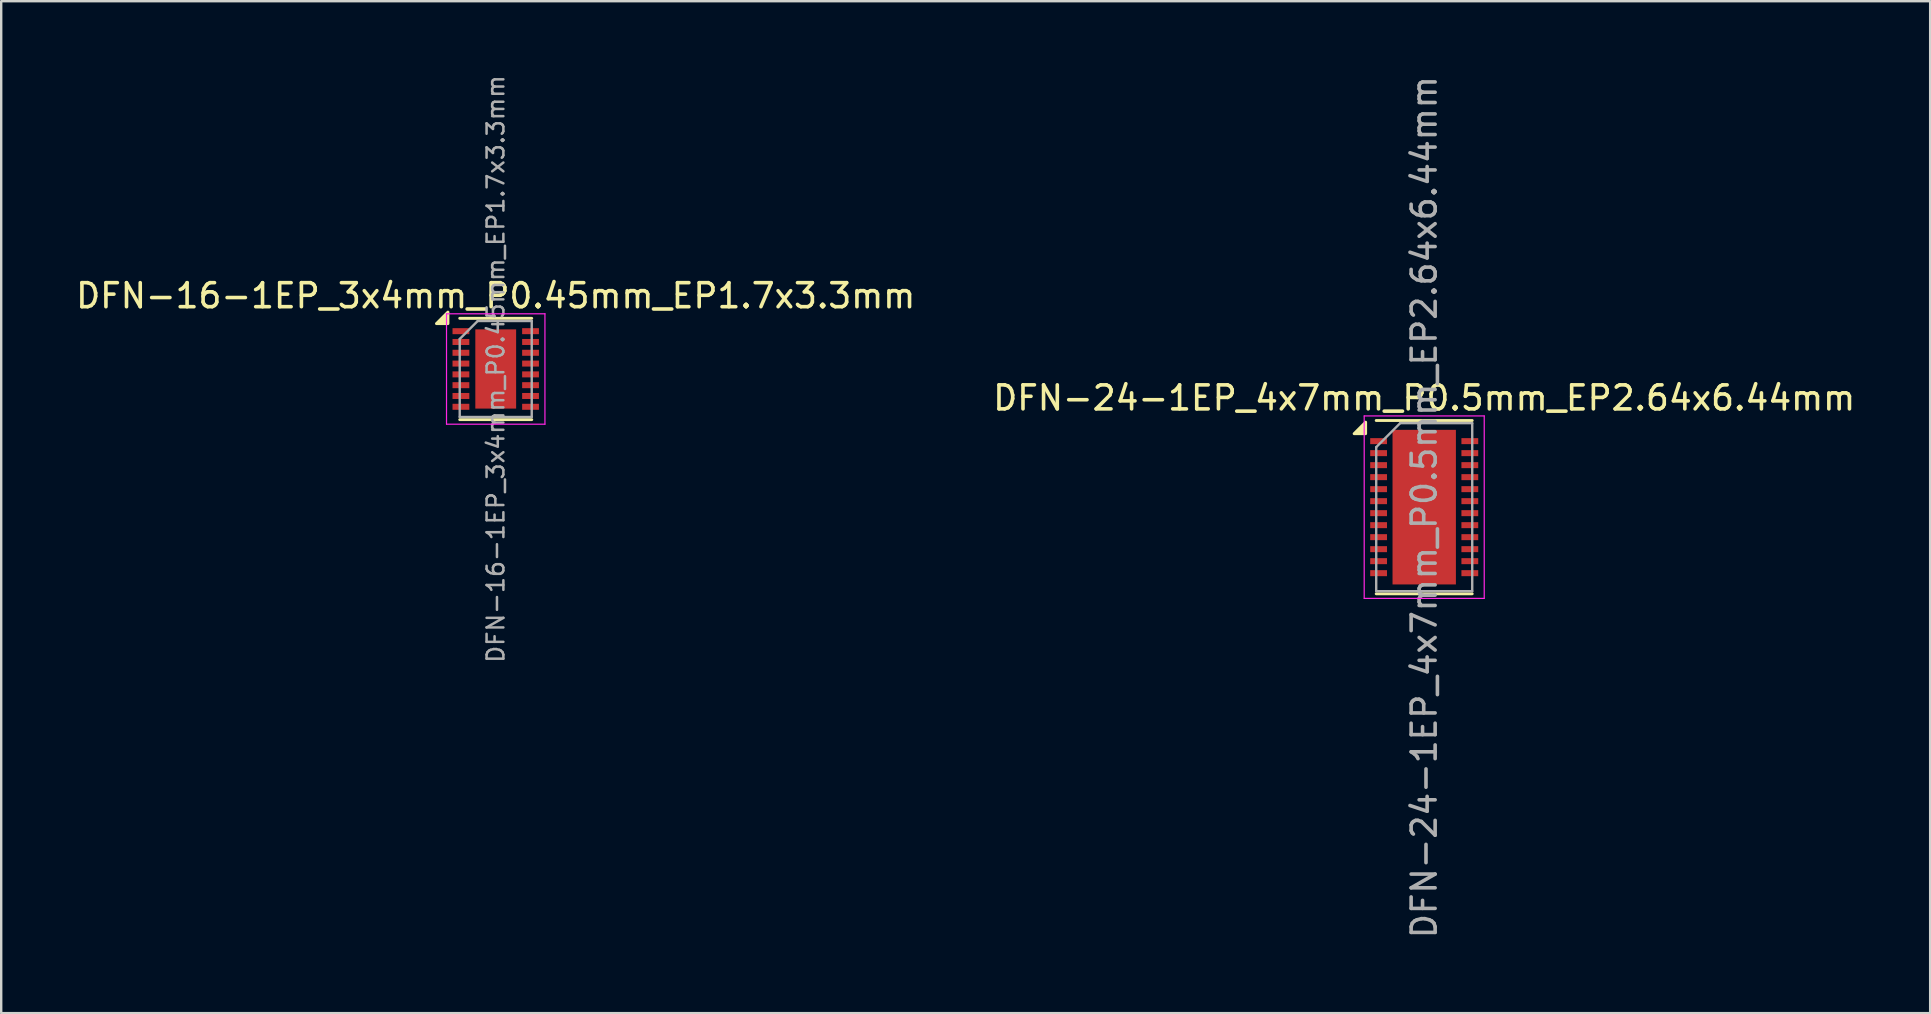
<source format=kicad_pcb>
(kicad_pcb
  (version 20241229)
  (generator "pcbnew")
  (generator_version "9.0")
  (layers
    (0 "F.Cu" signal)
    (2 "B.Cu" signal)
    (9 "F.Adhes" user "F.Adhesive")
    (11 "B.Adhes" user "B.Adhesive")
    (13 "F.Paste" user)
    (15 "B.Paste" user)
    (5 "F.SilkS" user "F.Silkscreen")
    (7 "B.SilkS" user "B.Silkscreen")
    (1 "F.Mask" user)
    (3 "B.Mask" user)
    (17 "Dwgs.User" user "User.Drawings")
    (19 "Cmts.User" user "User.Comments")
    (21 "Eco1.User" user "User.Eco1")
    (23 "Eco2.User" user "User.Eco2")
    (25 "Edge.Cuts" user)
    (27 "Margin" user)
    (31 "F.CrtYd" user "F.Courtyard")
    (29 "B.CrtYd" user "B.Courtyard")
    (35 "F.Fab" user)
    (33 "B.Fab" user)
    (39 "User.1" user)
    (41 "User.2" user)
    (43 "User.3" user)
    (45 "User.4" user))
  (footprint "DFN-16-1EP_3x4mm_P0.45mm_EP1.7x3.3mm"
    (layer "F.Cu")
    (at 17.601 12.321)
    (property "Reference" "DFN-16-1EP_3x4mm_P0.45mm_EP1.7x3.3mm" (at 0 -3.05 0) (layer "F.SilkS") (effects (font (size 1 1) (thickness 0.15))))
    (attr smd)
    (fp_line (start -1.5 -2.11) (end 1.5 -2.11) (stroke (width 0.12) (type solid)) (layer "F.SilkS"))
    (fp_line (start -1.5 2.11) (end 1.5 2.11) (stroke (width 0.12) (type solid)) (layer "F.SilkS"))
    (fp_poly (pts (xy -1.99 -1.89) (xy -2.47 -1.89) (xy -1.99 -2.37) (xy -1.99 -1.89)) (stroke (width 0.12) (type solid)) (fill yes) (layer "F.SilkS"))
    (fp_line (start -2.05 -2.3) (end -2.05 2.3) (stroke (width 0.05) (type solid)) (layer "F.CrtYd"))
    (fp_line (start -2.05 -2.3) (end 2.05 -2.3) (stroke (width 0.05) (type solid)) (layer "F.CrtYd"))
    (fp_line (start -2.05 2.3) (end 2.05 2.3) (stroke (width 0.05) (type solid)) (layer "F.CrtYd"))
    (fp_line (start 2.05 -2.3) (end 2.05 2.3) (stroke (width 0.05) (type solid)) (layer "F.CrtYd"))
    (fp_line (start -1.5 -1.25) (end -0.75 -2) (stroke (width 0.1) (type solid)) (layer "F.Fab"))
    (fp_line (start -1.5 2) (end -1.5 -1.25) (stroke (width 0.1) (type solid)) (layer "F.Fab"))
    (fp_line (start -0.75 -2) (end 1.5 -2) (stroke (width 0.1) (type solid)) (layer "F.Fab"))
    (fp_line (start 1.5 -2) (end 1.5 2) (stroke (width 0.1) (type solid)) (layer "F.Fab"))
    (fp_line (start 1.5 2) (end -1.5 2) (stroke (width 0.1) (type solid)) (layer "F.Fab"))
    (fp_text user "${REFERENCE}" (at 0 0 90) (layer "F.Fab") (effects (font (size 0.7 0.7) (thickness 0.105))))
    (pad "" smd rect (at -0.425 -1.238) (size 0.685 0.67) (layers "F.Paste"))
    (pad "" smd rect (at -0.425 -0.412) (size 0.685 0.67) (layers "F.Paste"))
    (pad "" smd rect (at -0.425 0.412) (size 0.685 0.67) (layers "F.Paste"))
    (pad "" smd rect (at -0.425 1.238) (size 0.685 0.67) (layers "F.Paste"))
    (pad "" smd rect (at 0.425 -1.238) (size 0.685 0.67) (layers "F.Paste"))
    (pad "" smd rect (at 0.425 -0.412) (size 0.685 0.67) (layers "F.Paste"))
    (pad "" smd rect (at 0.425 0.412) (size 0.685 0.67) (layers "F.Paste"))
    (pad "" smd rect (at 0.425 1.238) (size 0.685 0.67) (layers "F.Paste"))
    (pad "1" smd rect (at -1.45 -1.575) (size 0.7 0.25) (layers "F.Cu" "F.Mask" "F.Paste"))
    (pad "2" smd rect (at -1.45 -1.125) (size 0.7 0.25) (layers "F.Cu" "F.Mask" "F.Paste"))
    (pad "3" smd rect (at -1.45 -0.675) (size 0.7 0.25) (layers "F.Cu" "F.Mask" "F.Paste"))
    (pad "4" smd rect (at -1.45 -0.225) (size 0.7 0.25) (layers "F.Cu" "F.Mask" "F.Paste"))
    (pad "5" smd rect (at -1.45 0.225) (size 0.7 0.25) (layers "F.Cu" "F.Mask" "F.Paste"))
    (pad "6" smd rect (at -1.45 0.675) (size 0.7 0.25) (layers "F.Cu" "F.Mask" "F.Paste"))
    (pad "7" smd rect (at -1.45 1.125) (size 0.7 0.25) (layers "F.Cu" "F.Mask" "F.Paste"))
    (pad "8" smd rect (at -1.45 1.575) (size 0.7 0.25) (layers "F.Cu" "F.Mask" "F.Paste"))
    (pad "9" smd rect (at 1.45 1.575) (size 0.7 0.25) (layers "F.Cu" "F.Mask" "F.Paste"))
    (pad "10" smd rect (at 1.45 1.125) (size 0.7 0.25) (layers "F.Cu" "F.Mask" "F.Paste"))
    (pad "11" smd rect (at 1.45 0.675) (size 0.7 0.25) (layers "F.Cu" "F.Mask" "F.Paste"))
    (pad "12" smd rect (at 1.45 0.225) (size 0.7 0.25) (layers "F.Cu" "F.Mask" "F.Paste"))
    (pad "13" smd rect (at 1.45 -0.225) (size 0.7 0.25) (layers "F.Cu" "F.Mask" "F.Paste"))
    (pad "14" smd rect (at 1.45 -0.675) (size 0.7 0.25) (layers "F.Cu" "F.Mask" "F.Paste"))
    (pad "15" smd rect (at 1.45 -1.125) (size 0.7 0.25) (layers "F.Cu" "F.Mask" "F.Paste"))
    (pad "16" smd rect (at 1.45 -1.575) (size 0.7 0.25) (layers "F.Cu" "F.Mask" "F.Paste"))
    (pad "17" smd rect (at 0 0) (size 1.7 3.3) (layers "F.Cu" "F.Mask")))
  (footprint "DFN-24-1EP_4x7mm_P0.5mm_EP2.64x6.44mm"
    (layer "F.Cu")
    (at 56.28 18.077)
    (property "Reference" "DFN-24-1EP_4x7mm_P0.5mm_EP2.64x6.44mm" (at 0 -4.55 0) (layer "F.SilkS") (effects (font (size 1 1) (thickness 0.15))))
    (attr smd)
    (fp_line (start -2 -3.61) (end 2 -3.61) (stroke (width 0.12) (type solid)) (layer "F.SilkS"))
    (fp_line (start -2 3.61) (end 2 3.61) (stroke (width 0.12) (type solid)) (layer "F.SilkS"))
    (fp_poly (pts (xy -2.44 -3.06) (xy -2.92 -3.06) (xy -2.44 -3.54) (xy -2.44 -3.06)) (stroke (width 0.12) (type solid)) (fill yes) (layer "F.SilkS"))
    (fp_line (start -2.5 -3.8) (end -2.5 3.8) (stroke (width 0.05) (type solid)) (layer "F.CrtYd"))
    (fp_line (start -2.5 -3.8) (end 2.5 -3.8) (stroke (width 0.05) (type solid)) (layer "F.CrtYd"))
    (fp_line (start -2.5 3.8) (end 2.5 3.8) (stroke (width 0.05) (type solid)) (layer "F.CrtYd"))
    (fp_line (start 2.5 -3.8) (end 2.5 3.8) (stroke (width 0.05) (type solid)) (layer "F.CrtYd"))
    (fp_line (start -2 -2.5) (end -1 -3.5) (stroke (width 0.1) (type solid)) (layer "F.Fab"))
    (fp_line (start -2 3.5) (end -2 -2.5) (stroke (width 0.1) (type solid)) (layer "F.Fab"))
    (fp_line (start -1 -3.5) (end 2 -3.5) (stroke (width 0.1) (type solid)) (layer "F.Fab"))
    (fp_line (start 2 -3.5) (end 2 3.5) (stroke (width 0.1) (type solid)) (layer "F.Fab"))
    (fp_line (start 2 3.5) (end -2 3.5) (stroke (width 0.1) (type solid)) (layer "F.Fab"))
    (fp_text user "${REFERENCE}" (at 0 0 90) (layer "F.Fab") (effects (font (size 1 1) (thickness 0.15))))
    (pad "" smd rect (at -0.66 -2.56) (size 1.05 1.05) (layers "F.Paste"))
    (pad "" smd rect (at -0.66 -1.28) (size 1.05 1.05) (layers "F.Paste"))
    (pad "" smd rect (at -0.66 0) (size 1.05 1.05) (layers "F.Paste"))
    (pad "" smd rect (at -0.66 1.28) (size 1.05 1.05) (layers "F.Paste"))
    (pad "" smd rect (at -0.66 2.56) (size 1.05 1.05) (layers "F.Paste"))
    (pad "" smd rect (at 0.66 -2.56) (size 1.05 1.05) (layers "F.Paste"))
    (pad "" smd rect (at 0.66 -1.28) (size 1.05 1.05) (layers "F.Paste"))
    (pad "" smd rect (at 0.66 0) (size 1.05 1.05) (layers "F.Paste"))
    (pad "" smd rect (at 0.66 1.28) (size 1.05 1.05) (layers "F.Paste"))
    (pad "" smd rect (at 0.66 2.56) (size 1.05 1.05) (layers "F.Paste"))
    (pad "1" smd rect (at -1.9 -2.75) (size 0.7 0.25) (layers "F.Cu" "F.Mask" "F.Paste"))
    (pad "2" smd rect (at -1.9 -2.25) (size 0.7 0.25) (layers "F.Cu" "F.Mask" "F.Paste"))
    (pad "3" smd rect (at -1.9 -1.75) (size 0.7 0.25) (layers "F.Cu" "F.Mask" "F.Paste"))
    (pad "4" smd rect (at -1.9 -1.25) (size 0.7 0.25) (layers "F.Cu" "F.Mask" "F.Paste"))
    (pad "5" smd rect (at -1.9 -0.75) (size 0.7 0.25) (layers "F.Cu" "F.Mask" "F.Paste"))
    (pad "6" smd rect (at -1.9 -0.25) (size 0.7 0.25) (layers "F.Cu" "F.Mask" "F.Paste"))
    (pad "7" smd rect (at -1.9 0.25) (size 0.7 0.25) (layers "F.Cu" "F.Mask" "F.Paste"))
    (pad "8" smd rect (at -1.9 0.75) (size 0.7 0.25) (layers "F.Cu" "F.Mask" "F.Paste"))
    (pad "9" smd rect (at -1.9 1.25) (size 0.7 0.25) (layers "F.Cu" "F.Mask" "F.Paste"))
    (pad "10" smd rect (at -1.9 1.75) (size 0.7 0.25) (layers "F.Cu" "F.Mask" "F.Paste"))
    (pad "11" smd rect (at -1.9 2.25) (size 0.7 0.25) (layers "F.Cu" "F.Mask" "F.Paste"))
    (pad "12" smd rect (at -1.9 2.75) (size 0.7 0.25) (layers "F.Cu" "F.Mask" "F.Paste"))
    (pad "13" smd rect (at 1.9 2.75) (size 0.7 0.25) (layers "F.Cu" "F.Mask" "F.Paste"))
    (pad "14" smd rect (at 1.9 2.25) (size 0.7 0.25) (layers "F.Cu" "F.Mask" "F.Paste"))
    (pad "15" smd rect (at 1.9 1.75) (size 0.7 0.25) (layers "F.Cu" "F.Mask" "F.Paste"))
    (pad "16" smd rect (at 1.9 1.25) (size 0.7 0.25) (layers "F.Cu" "F.Mask" "F.Paste"))
    (pad "17" smd rect (at 1.9 0.75) (size 0.7 0.25) (layers "F.Cu" "F.Mask" "F.Paste"))
    (pad "18" smd rect (at 1.9 0.25) (size 0.7 0.25) (layers "F.Cu" "F.Mask" "F.Paste"))
    (pad "19" smd rect (at 1.9 -0.25) (size 0.7 0.25) (layers "F.Cu" "F.Mask" "F.Paste"))
    (pad "20" smd rect (at 1.9 -0.75) (size 0.7 0.25) (layers "F.Cu" "F.Mask" "F.Paste"))
    (pad "21" smd rect (at 1.9 -1.25) (size 0.7 0.25) (layers "F.Cu" "F.Mask" "F.Paste"))
    (pad "22" smd rect (at 1.9 -1.75) (size 0.7 0.25) (layers "F.Cu" "F.Mask" "F.Paste"))
    (pad "23" smd rect (at 1.9 -2.25) (size 0.7 0.25) (layers "F.Cu" "F.Mask" "F.Paste"))
    (pad "24" smd rect (at 1.9 -2.75) (size 0.7 0.25) (layers "F.Cu" "F.Mask" "F.Paste"))
    (pad "25" smd rect (at 0 0) (size 2.64 6.44) (layers "F.Cu" "F.Mask")))
  (gr_rect
    (start -3 -3)
    (end 77.357 39.155)
    (stroke (width 0.1) (type default))
    (fill no)
    (layer "Edge.Cuts")))
</source>
